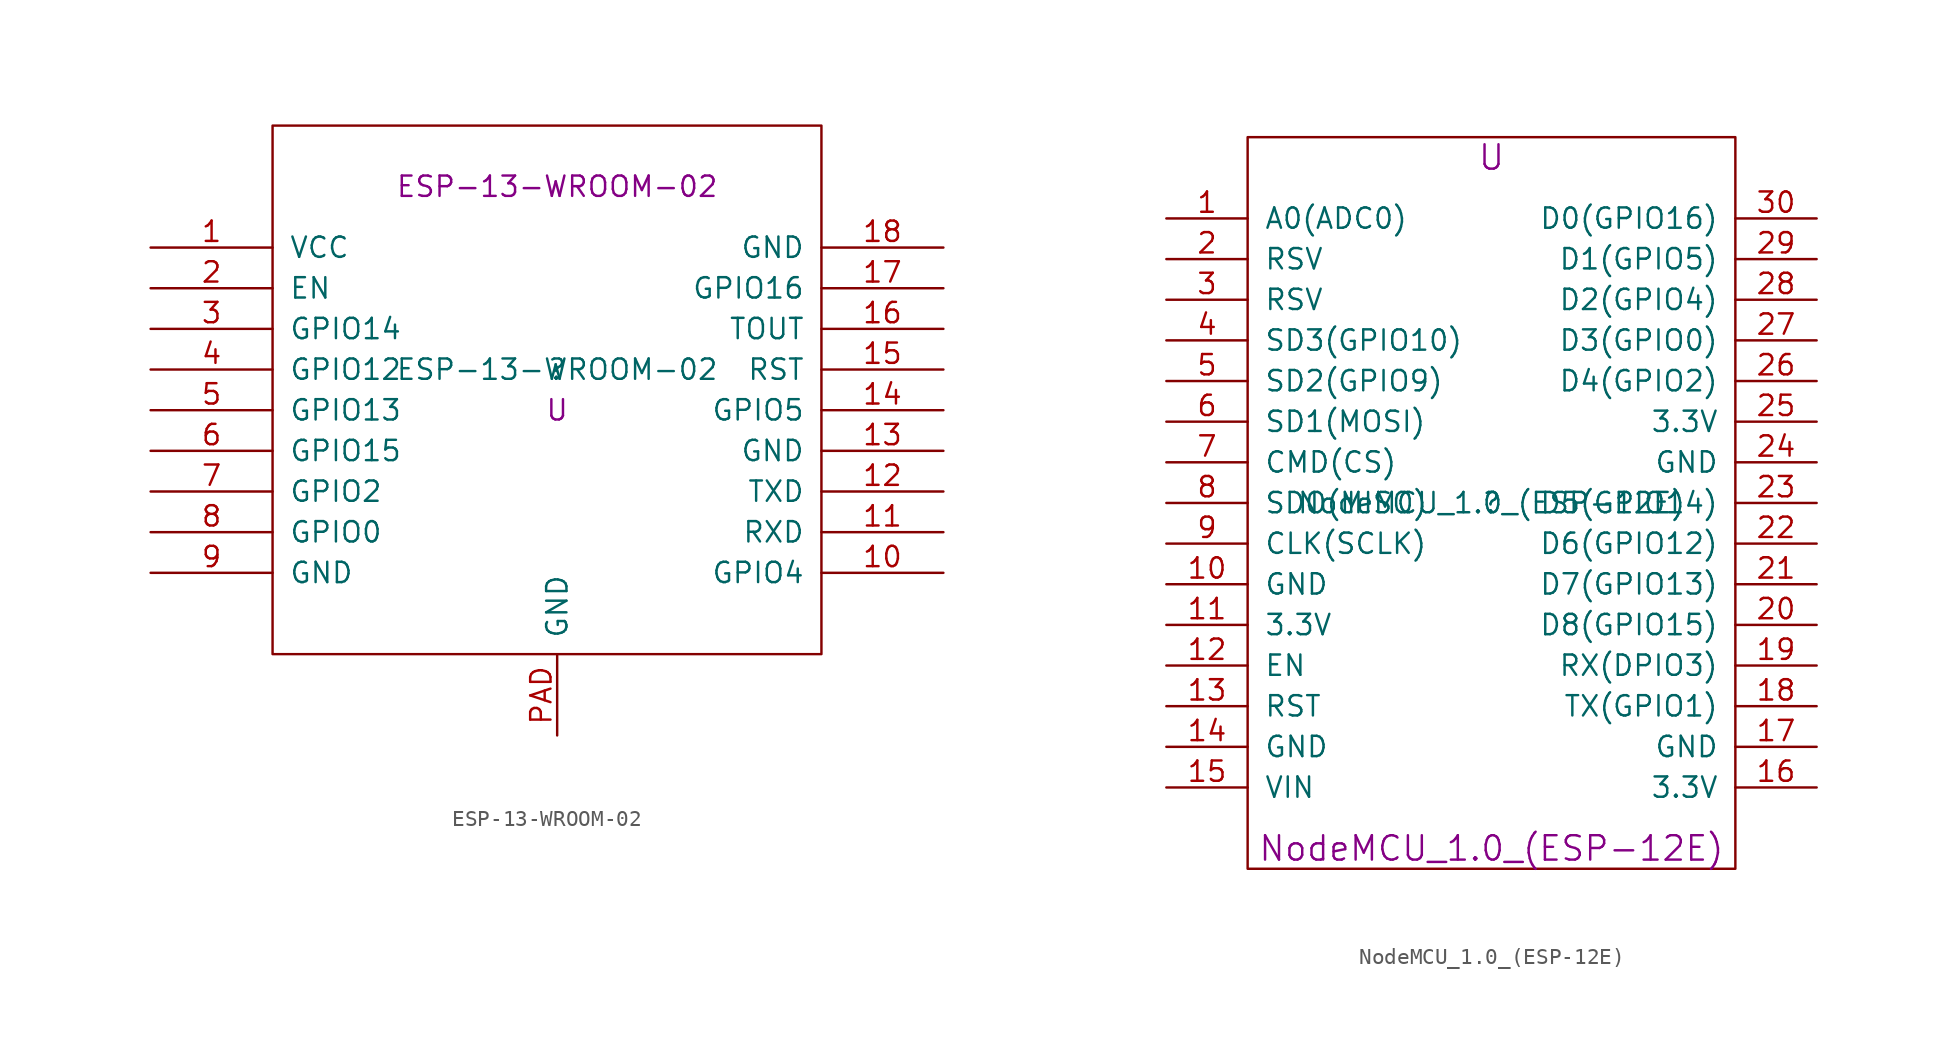
<source format=kicad_sym>
(kicad_symbol_lib
  (version 20211014)
  (generator kicad_symbol_editor)
  (symbol "ESP-13-WROOM-02"
    (pin_names
      (offset 1.016))
    (property "Reference" ""
      (at 0 0 0)
      (effects (font (size 1.27 1.27))))
    (property "Value" "ESP-13-WROOM-02"
      (at 0 0 0)
      (effects (font (size 1.27 1.27))))
    (property "Reference_1" "U"
      (at 0 -2.54 0)
      (effects (font (size 1.27 1.27))))
    (property "Value_1" "ESP-13-WROOM-02"
      (at 0 11.43 0)
      (effects (font (size 1.27 1.27))))
    (symbol "ESP-13-WROOM-02_1_0"
      (rectangle (start -17.78 -17.78) (end 16.51 15.24) (stroke (width 0) (type default) (color 0 0 0 0)) (fill (type none))))
    (symbol "ESP-13-WROOM-02_1_1"
      (pin input line (at -25.4 7.62 0) (length 7.62) (name "VCC" (effects (font (size 1.27 1.27)))) (number "1" (effects (font (size 1.27 1.27)))))
      (pin bidirectional line (at 24.13 -12.7 180) (length 7.62) (name "GPIO4" (effects (font (size 1.27 1.27)))) (number "10" (effects (font (size 1.27 1.27)))))
      (pin bidirectional line (at 24.13 -10.16 180) (length 7.62) (name "RXD" (effects (font (size 1.27 1.27)))) (number "11" (effects (font (size 1.27 1.27)))))
      (pin bidirectional line (at 24.13 -7.62 180) (length 7.62) (name "TXD" (effects (font (size 1.27 1.27)))) (number "12" (effects (font (size 1.27 1.27)))))
      (pin power_in line (at 24.13 -5.08 180) (length 7.62) (name "GND" (effects (font (size 1.27 1.27)))) (number "13" (effects (font (size 1.27 1.27)))))
      (pin bidirectional line (at 24.13 -2.54 180) (length 7.62) (name "GPIO5" (effects (font (size 1.27 1.27)))) (number "14" (effects (font (size 1.27 1.27)))))
      (pin input line (at 24.13 0 180) (length 7.62) (name "RST" (effects (font (size 1.27 1.27)))) (number "15" (effects (font (size 1.27 1.27)))))
      (pin output line (at 24.13 2.54 180) (length 7.62) (name "TOUT" (effects (font (size 1.27 1.27)))) (number "16" (effects (font (size 1.27 1.27)))))
      (pin bidirectional line (at 24.13 5.08 180) (length 7.62) (name "GPIO16" (effects (font (size 1.27 1.27)))) (number "17" (effects (font (size 1.27 1.27)))))
      (pin power_in line (at 24.13 7.62 180) (length 7.62) (name "GND" (effects (font (size 1.27 1.27)))) (number "18" (effects (font (size 1.27 1.27)))))
      (pin passive line (at -25.4 5.08 0) (length 7.62) (name "EN" (effects (font (size 1.27 1.27)))) (number "2" (effects (font (size 1.27 1.27)))))
      (pin input line (at -25.4 2.54 0) (length 7.62) (name "GPIO14" (effects (font (size 1.27 1.27)))) (number "3" (effects (font (size 1.27 1.27)))))
      (pin bidirectional line (at -25.4 0 0) (length 7.62) (name "GPIO12" (effects (font (size 1.27 1.27)))) (number "4" (effects (font (size 1.27 1.27)))))
      (pin bidirectional line (at -25.4 -2.54 0) (length 7.62) (name "GPIO13" (effects (font (size 1.27 1.27)))) (number "5" (effects (font (size 1.27 1.27)))))
      (pin bidirectional line (at -25.4 -5.08 0) (length 7.62) (name "GPIO15" (effects (font (size 1.27 1.27)))) (number "6" (effects (font (size 1.27 1.27)))))
      (pin bidirectional line (at -25.4 -7.62 0) (length 7.62) (name "GPIO2" (effects (font (size 1.27 1.27)))) (number "7" (effects (font (size 1.27 1.27)))))
      (pin bidirectional line (at -25.4 -10.16 0) (length 7.62) (name "GPIO0" (effects (font (size 1.27 1.27)))) (number "8" (effects (font (size 1.27 1.27)))))
      (pin power_in line (at -25.4 -12.7 0) (length 7.62) (name "GND" (effects (font (size 1.27 1.27)))) (number "9" (effects (font (size 1.27 1.27)))))
      (pin power_in line (at 0 -22.86 90) (length 5.004) (name "GND" (effects (font (size 1.27 1.27)))) (number "PAD" (effects (font (size 1.27 1.27)))))))
  (symbol "NodeMCU_1.0_(ESP-12E)"
    (pin_names
      (offset 1.016))
    (property "Reference" ""
      (at 0 0 0)
      (effects (font (size 1.27 1.27))))
    (property "Value" "NodeMCU_1.0_(ESP-12E)"
      (at 0 0 0)
      (effects (font (size 1.27 1.27))))
    (property "Reference_1" "U"
      (at 0 21.59 0)
      (effects (font (size 1.524 1.524))))
    (property "Value_1" "NodeMCU_1.0_(ESP-12E)"
      (at 0 -21.59 0)
      (effects (font (size 1.524 1.524))))
    (property "Footprint_1" ""
      (at -15.24 -21.59 0)
      (effects (font (size 1.524 1.524))))
    (property "Datasheet_1" ""
      (at -15.24 -21.59 0)
      (effects (font (size 1.524 1.524))))
    (symbol "NodeMCU_1.0_(ESP-12E)_0_1"
      (rectangle (start -15.24 -22.86) (end 15.24 22.86) (stroke (width 0) (type default) (color 0 0 0 0)) (fill (type none))))
    (symbol "NodeMCU_1.0_(ESP-12E)_1_1"
      (pin input line (at -20.32 17.78 0) (length 5.08) (name "A0(ADC0)" (effects (font (size 1.27 1.27)))) (number "1" (effects (font (size 1.27 1.27)))))
      (pin input line (at -20.32 -5.08 0) (length 5.08) (name "GND" (effects (font (size 1.27 1.27)))) (number "10" (effects (font (size 1.27 1.27)))))
      (pin power_out line (at -20.32 -7.62 0) (length 5.08) (name "3.3V" (effects (font (size 1.27 1.27)))) (number "11" (effects (font (size 1.27 1.27)))))
      (pin input line (at -20.32 -10.16 0) (length 5.08) (name "EN" (effects (font (size 1.27 1.27)))) (number "12" (effects (font (size 1.27 1.27)))))
      (pin input line (at -20.32 -12.7 0) (length 5.08) (name "RST" (effects (font (size 1.27 1.27)))) (number "13" (effects (font (size 1.27 1.27)))))
      (pin power_in line (at -20.32 -15.24 0) (length 5.08) (name "GND" (effects (font (size 1.27 1.27)))) (number "14" (effects (font (size 1.27 1.27)))))
      (pin power_in line (at -20.32 -17.78 0) (length 5.08) (name "VIN" (effects (font (size 1.27 1.27)))) (number "15" (effects (font (size 1.27 1.27)))))
      (pin power_out line (at 20.32 -17.78 180) (length 5.08) (name "3.3V" (effects (font (size 1.27 1.27)))) (number "16" (effects (font (size 1.27 1.27)))))
      (pin power_in line (at 20.32 -15.24 180) (length 5.08) (name "GND" (effects (font (size 1.27 1.27)))) (number "17" (effects (font (size 1.27 1.27)))))
      (pin bidirectional line (at 20.32 -12.7 180) (length 5.08) (name "TX(GPIO1)" (effects (font (size 1.27 1.27)))) (number "18" (effects (font (size 1.27 1.27)))))
      (pin bidirectional line (at 20.32 -10.16 180) (length 5.08) (name "RX(DPIO3)" (effects (font (size 1.27 1.27)))) (number "19" (effects (font (size 1.27 1.27)))))
      (pin input line (at -20.32 15.24 0) (length 5.08) (name "RSV" (effects (font (size 1.27 1.27)))) (number "2" (effects (font (size 1.27 1.27)))))
      (pin bidirectional line (at 20.32 -7.62 180) (length 5.08) (name "D8(GPIO15)" (effects (font (size 1.27 1.27)))) (number "20" (effects (font (size 1.27 1.27)))))
      (pin bidirectional line (at 20.32 -5.08 180) (length 5.08) (name "D7(GPIO13)" (effects (font (size 1.27 1.27)))) (number "21" (effects (font (size 1.27 1.27)))))
      (pin bidirectional line (at 20.32 -2.54 180) (length 5.08) (name "D6(GPIO12)" (effects (font (size 1.27 1.27)))) (number "22" (effects (font (size 1.27 1.27)))))
      (pin bidirectional line (at 20.32 0 180) (length 5.08) (name "D5(GPIO14)" (effects (font (size 1.27 1.27)))) (number "23" (effects (font (size 1.27 1.27)))))
      (pin power_in line (at 20.32 2.54 180) (length 5.08) (name "GND" (effects (font (size 1.27 1.27)))) (number "24" (effects (font (size 1.27 1.27)))))
      (pin power_out line (at 20.32 5.08 180) (length 5.08) (name "3.3V" (effects (font (size 1.27 1.27)))) (number "25" (effects (font (size 1.27 1.27)))))
      (pin bidirectional line (at 20.32 7.62 180) (length 5.08) (name "D4(GPIO2)" (effects (font (size 1.27 1.27)))) (number "26" (effects (font (size 1.27 1.27)))))
      (pin bidirectional line (at 20.32 10.16 180) (length 5.08) (name "D3(GPIO0)" (effects (font (size 1.27 1.27)))) (number "27" (effects (font (size 1.27 1.27)))))
      (pin bidirectional line (at 20.32 12.7 180) (length 5.08) (name "D2(GPIO4)" (effects (font (size 1.27 1.27)))) (number "28" (effects (font (size 1.27 1.27)))))
      (pin bidirectional line (at 20.32 15.24 180) (length 5.08) (name "D1(GPIO5)" (effects (font (size 1.27 1.27)))) (number "29" (effects (font (size 1.27 1.27)))))
      (pin input line (at -20.32 12.7 0) (length 5.08) (name "RSV" (effects (font (size 1.27 1.27)))) (number "3" (effects (font (size 1.27 1.27)))))
      (pin bidirectional line (at 20.32 17.78 180) (length 5.08) (name "D0(GPIO16)" (effects (font (size 1.27 1.27)))) (number "30" (effects (font (size 1.27 1.27)))))
      (pin bidirectional line (at -20.32 10.16 0) (length 5.08) (name "SD3(GPIO10)" (effects (font (size 1.27 1.27)))) (number "4" (effects (font (size 1.27 1.27)))))
      (pin bidirectional line (at -20.32 7.62 0) (length 5.08) (name "SD2(GPIO9)" (effects (font (size 1.27 1.27)))) (number "5" (effects (font (size 1.27 1.27)))))
      (pin bidirectional line (at -20.32 5.08 0) (length 5.08) (name "SD1(MOSI)" (effects (font (size 1.27 1.27)))) (number "6" (effects (font (size 1.27 1.27)))))
      (pin bidirectional line (at -20.32 2.54 0) (length 5.08) (name "CMD(CS)" (effects (font (size 1.27 1.27)))) (number "7" (effects (font (size 1.27 1.27)))))
      (pin bidirectional line (at -20.32 0 0) (length 5.08) (name "SDO(MISO)" (effects (font (size 1.27 1.27)))) (number "8" (effects (font (size 1.27 1.27)))))
      (pin bidirectional line (at -20.32 -2.54 0) (length 5.08) (name "CLK(SCLK)" (effects (font (size 1.27 1.27)))) (number "9" (effects (font (size 1.27 1.27))))))))
</source>
